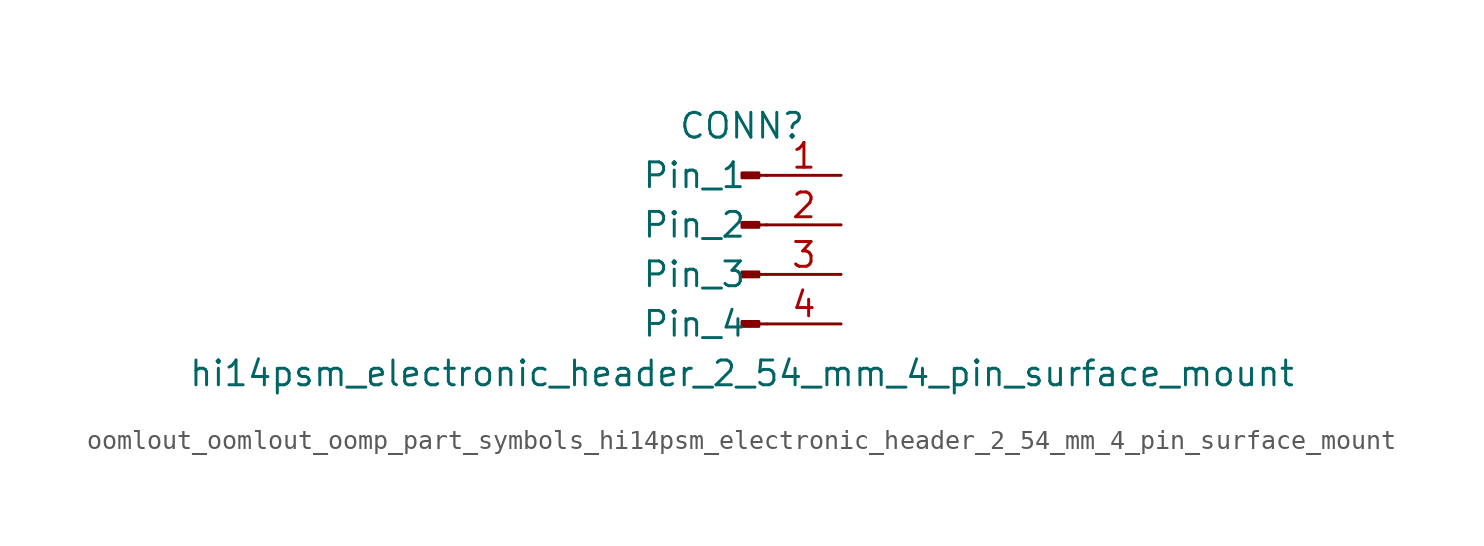
<source format=kicad_sym>
(kicad_symbol_lib
  (version 20220914)
  (generator kicad_symbol_editor)
  (symbol "oomlout_oomlout_oomp_part_symbols_hi14psm_electronic_header_2_54_mm_4_pin_surface_mount"
    (pin_names
      (offset 1.016))
    (property "Reference" "CONN"
      (at 0 5.08 0)
      (effects (font (size 1.27 1.27))))
    (property "Value" "hi14psm_electronic_header_2_54_mm_4_pin_surface_mount"
      (at 0 -7.62 0)
      (effects (font (size 1.27 1.27))))
    (property "ki_locked" ""
      (at 0 0 0)
      (effects (font (size 1.27 1.27))))
    (symbol "oomlout_oomlout_oomp_part_symbols_hi14psm_electronic_header_2_54_mm_4_pin_surface_mount_1_1"
      (polyline (pts (xy 1.27 -5.08) (xy 0.864 -5.08)) (stroke (width 0.152) (type default)) (fill (type none)))
      (polyline (pts (xy 1.27 -2.54) (xy 0.864 -2.54)) (stroke (width 0.152) (type default)) (fill (type none)))
      (polyline (pts (xy 1.27 0) (xy 0.864 0)) (stroke (width 0.152) (type default)) (fill (type none)))
      (polyline (pts (xy 1.27 2.54) (xy 0.864 2.54)) (stroke (width 0.152) (type default)) (fill (type none)))
      (rectangle (start 0.864 -4.953) (end 0 -5.207) (stroke (width 0.152) (type default)) (fill (type outline)))
      (rectangle (start 0.864 -2.413) (end 0 -2.667) (stroke (width 0.152) (type default)) (fill (type outline)))
      (rectangle (start 0.864 0.127) (end 0 -0.127) (stroke (width 0.152) (type default)) (fill (type outline)))
      (rectangle (start 0.864 2.667) (end 0 2.413) (stroke (width 0.152) (type default)) (fill (type outline)))
      (pin passive line (at 5.08 2.54 180) (length 3.81) (name "Pin_1" (effects (font (size 1.27 1.27)))) (number "1" (effects (font (size 1.27 1.27)))))
      (pin passive line (at 5.08 0 180) (length 3.81) (name "Pin_2" (effects (font (size 1.27 1.27)))) (number "2" (effects (font (size 1.27 1.27)))))
      (pin passive line (at 5.08 -2.54 180) (length 3.81) (name "Pin_3" (effects (font (size 1.27 1.27)))) (number "3" (effects (font (size 1.27 1.27)))))
      (pin passive line (at 5.08 -5.08 180) (length 3.81) (name "Pin_4" (effects (font (size 1.27 1.27)))) (number "4" (effects (font (size 1.27 1.27))))))))
</source>
